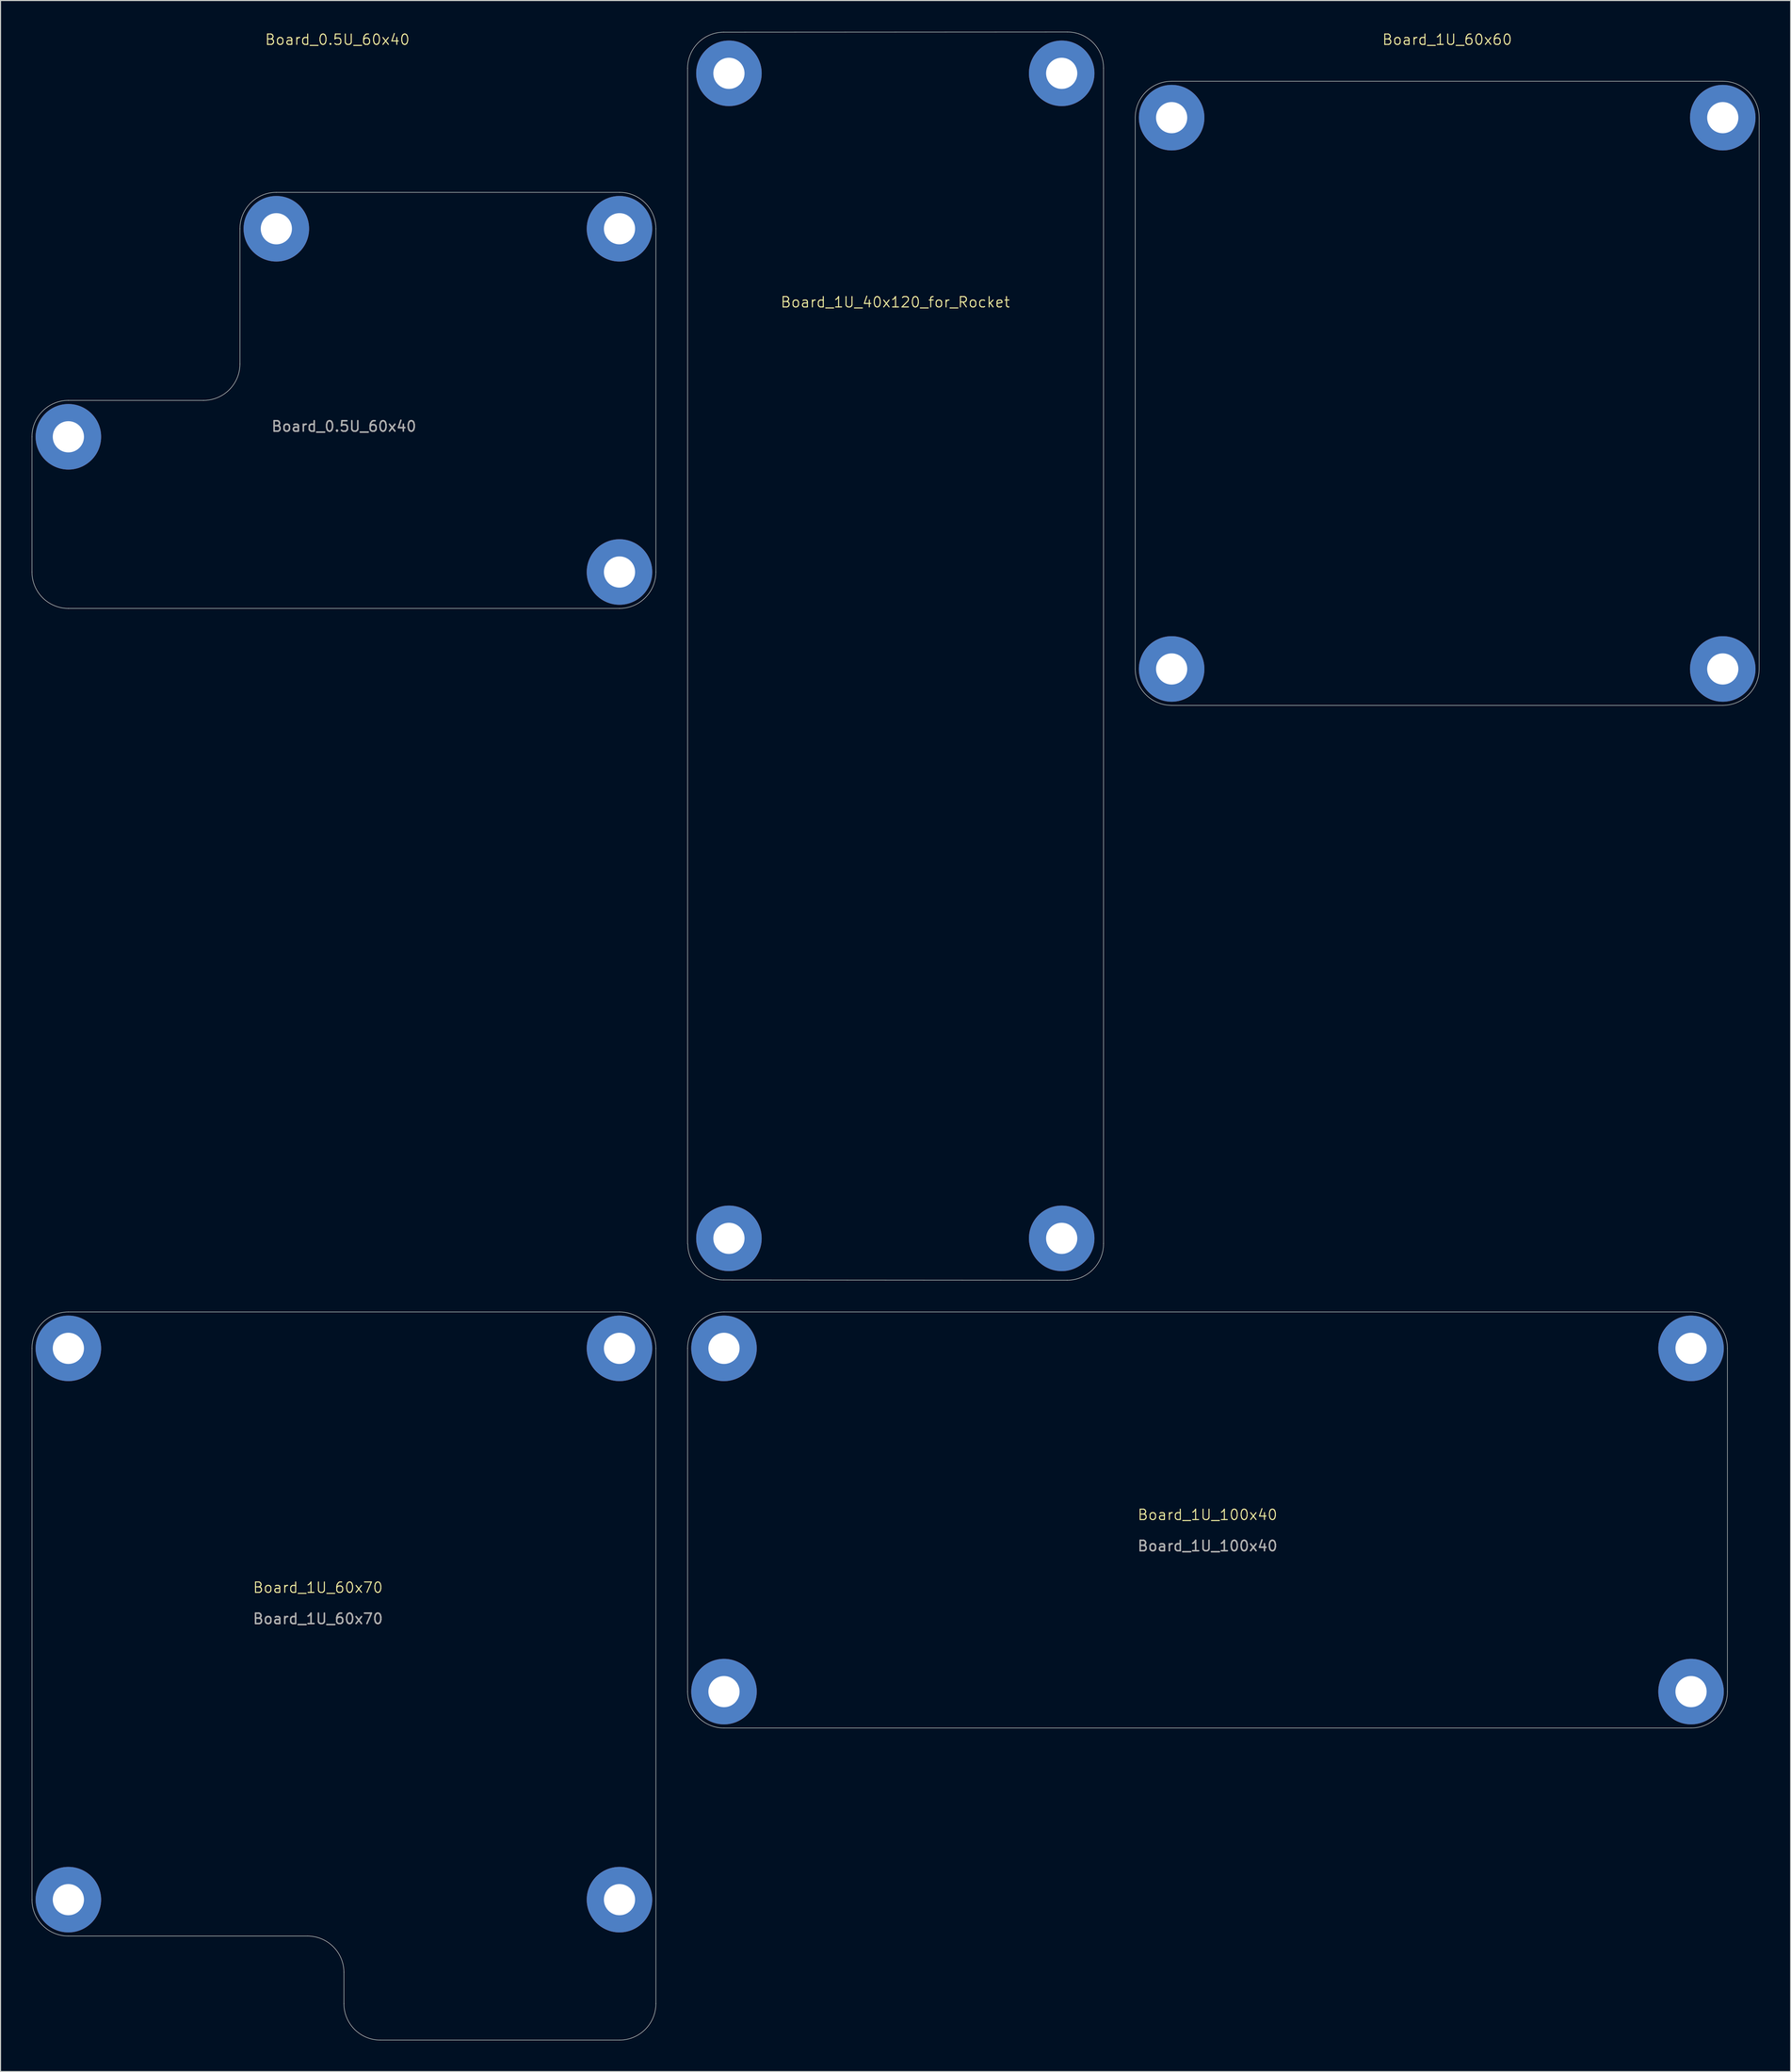
<source format=kicad_pcb>
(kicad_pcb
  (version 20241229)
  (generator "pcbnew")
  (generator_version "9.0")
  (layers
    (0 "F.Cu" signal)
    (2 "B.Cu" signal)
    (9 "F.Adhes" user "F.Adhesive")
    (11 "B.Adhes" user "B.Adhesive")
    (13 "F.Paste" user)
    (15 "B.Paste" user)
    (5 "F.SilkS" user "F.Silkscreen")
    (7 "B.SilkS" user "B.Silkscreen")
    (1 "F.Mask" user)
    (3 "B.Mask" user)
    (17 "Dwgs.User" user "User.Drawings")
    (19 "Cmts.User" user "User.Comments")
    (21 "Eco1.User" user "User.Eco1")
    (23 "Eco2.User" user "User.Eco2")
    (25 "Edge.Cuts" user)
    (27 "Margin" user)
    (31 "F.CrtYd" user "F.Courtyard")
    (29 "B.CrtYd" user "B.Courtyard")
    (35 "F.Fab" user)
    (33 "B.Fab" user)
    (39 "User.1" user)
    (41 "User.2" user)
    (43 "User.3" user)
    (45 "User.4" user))
  (footprint "Board_1U_60x60"
    (layer "F.Cu")
    (at 136.125 34.761)
    (property "Reference" "Board_1U_60x60" (at 0 -34 0) (unlocked yes) (layer "F.SilkS") (effects (font (size 1 1) (thickness 0.1))))
    (fp_rect (start -30 -30) (end -28 30) (stroke (width 0) (type solid)) (fill yes) (layer "F.Mask"))
    (fp_rect (start -30 -30) (end 30 -28) (stroke (width 0) (type solid)) (fill yes) (layer "F.Mask"))
    (fp_rect (start -30 28) (end 30 30) (stroke (width 0) (type solid)) (fill yes) (layer "F.Mask"))
    (fp_rect (start 28 -30) (end 30 30) (stroke (width 0) (type solid)) (fill yes) (layer "F.Mask"))
    (fp_poly (pts (xy -30 -20) (xy -20 -30) (xy -30 -30)) (stroke (width 0) (type solid)) (fill yes) (layer "F.Mask"))
    (fp_poly (pts (xy -20 30) (xy -30 20) (xy -30 30)) (stroke (width 0) (type solid)) (fill yes) (layer "F.Mask"))
    (fp_poly (pts (xy 20 -30) (xy 30 -20) (xy 30 -30)) (stroke (width 0) (type solid)) (fill yes) (layer "F.Mask"))
    (fp_poly (pts (xy 30 20) (xy 20 30) (xy 30 30)) (stroke (width 0) (type solid)) (fill yes) (layer "F.Mask"))
    (fp_rect (start -28 -30) (end -30 30) (stroke (width 0) (type solid)) (fill yes) (layer "B.Mask"))
    (fp_rect (start 30 -30) (end -30 -28) (stroke (width 0) (type solid)) (fill yes) (layer "B.Mask"))
    (fp_rect (start 30 -30) (end 28 30) (stroke (width 0) (type solid)) (fill yes) (layer "B.Mask"))
    (fp_rect (start 30 28) (end -30 30) (stroke (width 0) (type solid)) (fill yes) (layer "B.Mask"))
    (fp_poly (pts (xy -30 20) (xy -20 30) (xy -30 30)) (stroke (width 0) (type solid)) (fill yes) (layer "B.Mask"))
    (fp_poly (pts (xy -20 -30) (xy -30 -20) (xy -30 -30)) (stroke (width 0) (type solid)) (fill yes) (layer "B.Mask"))
    (fp_poly (pts (xy 20 30) (xy 30 20) (xy 30 30)) (stroke (width 0) (type solid)) (fill yes) (layer "B.Mask"))
    (fp_poly (pts (xy 30 -20) (xy 20 -30) (xy 30 -30)) (stroke (width 0) (type solid)) (fill yes) (layer "B.Mask"))
    (fp_line (start -30 26.5) (end -30 -26.5) (stroke (width 0.05) (type default)) (layer "Edge.Cuts"))
    (fp_line (start -26.5 -30) (end 26.5 -30) (stroke (width 0.05) (type default)) (layer "Edge.Cuts"))
    (fp_line (start 26.5 30) (end -26.5 30) (stroke (width 0.05) (type default)) (layer "Edge.Cuts"))
    (fp_line (start 30 -26.5) (end 30 26.5) (stroke (width 0.05) (type default)) (layer "Edge.Cuts"))
    (fp_arc (start -30 -26.5) (mid -28.974874 -28.974874) (end -26.5 -30) (stroke (width 0.05) (type default)) (layer "Edge.Cuts"))
    (fp_arc (start -26.5 30) (mid -28.974874 28.974874) (end -30 26.5) (stroke (width 0.05) (type default)) (layer "Edge.Cuts"))
    (fp_arc (start 26.5 -30) (mid 28.974874 -28.974874) (end 30 -26.5) (stroke (width 0.05) (type default)) (layer "Edge.Cuts"))
    (fp_arc (start 30 26.5) (mid 28.974874 28.974874) (end 26.5 30) (stroke (width 0.05) (type default)) (layer "Edge.Cuts"))
    (pad "GND" thru_hole circle (at -26.5 -26.5) (size 6.3 6.3) (drill 3) (layers "*.Cu" "*.Mask"))
    (pad "GND" thru_hole circle (at -26.5 26.5) (size 6.3 6.3) (drill 3) (layers "*.Cu" "*.Mask"))
    (pad "GND" thru_hole circle (at 26.5 -26.5) (size 6.3 6.3) (drill 3) (layers "*.Cu" "*.Mask"))
    (pad "GND" thru_hole circle (at 26.5 26.5) (size 6.3 6.3) (drill 3) (layers "*.Cu" "*.Mask")))
  (footprint "Board_1U_100x40"
    (layer "F.Cu")
    (at 113.075 143.075)
    (property "Reference" "Board_1U_100x40" (at 0 -0.5 0) (unlocked yes) (layer "F.SilkS") (effects (font (size 1 1) (thickness 0.1))))
    (attr smd)
    (fp_line (start -50 16.5) (end -50 -16.5) (stroke (width 0.05) (type default)) (layer "Edge.Cuts"))
    (fp_line (start -46.5 -20) (end 46.5 -20) (stroke (width 0.05) (type default)) (layer "Edge.Cuts"))
    (fp_line (start 46.5 20) (end -46.5 20) (stroke (width 0.05) (type default)) (layer "Edge.Cuts"))
    (fp_line (start 50 -16.5) (end 50 16.5) (stroke (width 0.05) (type default)) (layer "Edge.Cuts"))
    (fp_arc (start -50 -16.5) (mid -48.974874 -18.974874) (end -46.5 -20) (stroke (width 0.05) (type default)) (layer "Edge.Cuts"))
    (fp_arc (start -46.5 20) (mid -48.974874 18.974874) (end -50 16.5) (stroke (width 0.05) (type default)) (layer "Edge.Cuts"))
    (fp_arc (start 46.5 -20) (mid 48.974874 -18.974874) (end 50 -16.5) (stroke (width 0.05) (type default)) (layer "Edge.Cuts"))
    (fp_arc (start 50 16.5) (mid 48.974874 18.974874) (end 46.5 20) (stroke (width 0.05) (type default)) (layer "Edge.Cuts"))
    (fp_text user "${REFERENCE}" (at 0 2.5 0) (unlocked yes) (layer "F.Fab") (effects (font (size 1 1) (thickness 0.15))))
    (pad "GND" thru_hole circle (at -46.5 -16.5) (size 6.3 6.3) (drill 3) (layers "*.Cu" "*.Mask"))
    (pad "GND" thru_hole circle (at -46.5 16.5) (size 6.3 6.3) (drill 3) (layers "*.Cu" "*.Mask"))
    (pad "GND" thru_hole circle (at 46.5 -16.5) (size 6.3 6.3) (drill 3) (layers "*.Cu" "*.Mask"))
    (pad "GND" thru_hole circle (at 46.5 16.5) (size 6.3 6.3) (drill 3) (layers "*.Cu" "*.Mask")))
  (footprint "Board_1U_40x120_for_Rocket"
    (layer "F.Cu")
    (at 83.05 60)
    (property "Reference" "Board_1U_40x120_for_Rocket" (at 0 -34 0) (unlocked yes) (layer "F.SilkS") (effects (font (size 1 1) (thickness 0.1))))
    (fp_line (start -19.975 56.544) (end -19.975 -56.481) (stroke (width 0.05) (type default)) (layer "Edge.Cuts"))
    (fp_line (start -16.5 -59.956) (end 16.55 -59.975) (stroke (width 0.05) (type solid)) (layer "Edge.Cuts"))
    (fp_line (start 16.525 60.025) (end -16.527 60) (stroke (width 0.05) (type solid)) (layer "Edge.Cuts"))
    (fp_line (start 20.025 -56.5) (end 20.025 56.5) (stroke (width 0.05) (type solid)) (layer "Edge.Cuts"))
    (fp_arc (start -19.974922 -56.480891) (mid -18.957169 -58.937966) (end -16.500094 -59.955719) (stroke (width 0.05) (type default)) (layer "Edge.Cuts"))
    (fp_arc (start -16.474877 60) (mid -18.934765 58.996761) (end -19.955861 56.544233) (stroke (width 0.05) (type default)) (layer "Edge.Cuts"))
    (fp_arc (start 16.55016 -59.975055) (mid 19.007267 -58.957288) (end 20.025034 -56.500181) (stroke (width 0.05) (type default)) (layer "Edge.Cuts"))
    (fp_arc (start 20.025035 56.499819) (mid 19.008931 58.991036) (end 16.525126 60.025126) (stroke (width 0.05) (type default)) (layer "Edge.Cuts"))
    (pad "GND" thru_hole circle (at -16 -56) (size 6.3 6.3) (drill 3) (layers "*.Cu" "*.Mask"))
    (pad "GND" thru_hole circle (at -16 56) (size 6.3 6.3) (drill 3) (layers "*.Cu" "*.Mask"))
    (pad "GND" thru_hole circle (at 16 -56) (size 6.3 6.3) (drill 3) (layers "*.Cu" "*.Mask"))
    (pad "GND" thru_hole circle (at 16 56) (size 6.3 6.3) (drill 3) (layers "*.Cu" "*.Mask")))
  (footprint "Board_0.5U_60x40"
    (layer "F.Cu")
    (at 30.025 35.441)
    (property "Reference" "Board_0.5U_60x40" (at -0.63 -34.68 0) (unlocked yes) (layer "F.SilkS") (effects (font (size 1 1) (thickness 0.1))))
    (attr through_hole)
    (fp_line (start -30 16.5) (end -30 3.5) (stroke (width 0.05) (type default)) (layer "Edge.Cuts"))
    (fp_line (start -13.5 0) (end -26.5 0) (stroke (width 0.05) (type default)) (layer "Edge.Cuts"))
    (fp_line (start -10 -3.5) (end -10 -16.5) (stroke (width 0.05) (type default)) (layer "Edge.Cuts"))
    (fp_line (start -6.5 -20) (end 26.5 -20) (stroke (width 0.05) (type default)) (layer "Edge.Cuts"))
    (fp_line (start 26.5 20) (end -26.5 20) (stroke (width 0.05) (type default)) (layer "Edge.Cuts"))
    (fp_line (start 30 -16.5) (end 30 16.5) (stroke (width 0.05) (type default)) (layer "Edge.Cuts"))
    (fp_arc (start -30 3.5) (mid -28.974874 1.025125) (end -26.5 0) (stroke (width 0.05) (type default)) (layer "Edge.Cuts"))
    (fp_arc (start -26.5 20) (mid -28.974874 18.974874) (end -30 16.5) (stroke (width 0.05) (type default)) (layer "Edge.Cuts"))
    (fp_arc (start -10 -16.5) (mid -8.974874 -18.974874) (end -6.5 -20) (stroke (width 0.05) (type default)) (layer "Edge.Cuts"))
    (fp_arc (start -10 -3.5) (mid -11.025126 -1.025126) (end -13.5 0) (stroke (width 0.05) (type default)) (layer "Edge.Cuts"))
    (fp_arc (start 26.5 -20) (mid 28.974874 -18.974874) (end 30 -16.5) (stroke (width 0.05) (type default)) (layer "Edge.Cuts"))
    (fp_arc (start 30 16.5) (mid 28.974874 18.974874) (end 26.5 20) (stroke (width 0.05) (type default)) (layer "Edge.Cuts"))
    (fp_text user "${REFERENCE}" (at 0 2.5 0) (unlocked yes) (layer "F.Fab") (effects (font (size 1 1) (thickness 0.15))))
    (pad "GND" thru_hole circle (at -26.5 3.5) (size 6.3 6.3) (drill 3) (layers "*.Cu" "*.Mask"))
    (pad "GND" thru_hole circle (at -6.5 -16.5) (size 6.3 6.3) (drill 3) (layers "*.Cu" "*.Mask"))
    (pad "GND" thru_hole circle (at 26.5 -16.5) (size 6.3 6.3) (drill 3) (layers "*.Cu" "*.Mask"))
    (pad "GND" thru_hole circle (at 26.5 16.5) (size 6.3 6.3) (drill 3) (layers "*.Cu" "*.Mask")))
  (footprint "Board_1U_60x70"
    (layer "F.Cu")
    (at 27.525 150.075)
    (property "Reference" "Board_1U_60x70" (at 0 -0.5 0) (unlocked yes) (layer "F.SilkS") (effects (font (size 1 1) (thickness 0.1))))
    (attr smd)
    (fp_line (start -27.5 29.5) (end -27.5 -23.5) (stroke (width 0.05) (type default)) (layer "Edge.Cuts"))
    (fp_line (start -24 -27) (end 29 -27) (stroke (width 0.05) (type default)) (layer "Edge.Cuts"))
    (fp_line (start -1 33) (end -24 33) (stroke (width 0.05) (type default)) (layer "Edge.Cuts"))
    (fp_line (start 2.5 36.475) (end 2.5 39.5) (stroke (width 0.05) (type default)) (layer "Edge.Cuts"))
    (fp_line (start 29 43) (end 6 43) (stroke (width 0.05) (type default)) (layer "Edge.Cuts"))
    (fp_line (start 32.5 -23.5) (end 32.5 39.5) (stroke (width 0.05) (type default)) (layer "Edge.Cuts"))
    (fp_arc (start -27.5 -23.5) (mid -26.474874 -25.974874) (end -24 -27) (stroke (width 0.05) (type default)) (layer "Edge.Cuts"))
    (fp_arc (start -24 33) (mid -26.474874 31.974874) (end -27.5 29.5) (stroke (width 0.05) (type default)) (layer "Edge.Cuts"))
    (fp_arc (start -1 33) (mid 1.466038 34.016322) (end 2.499911 36.475054) (stroke (width 0.05) (type default)) (layer "Edge.Cuts"))
    (fp_arc (start 6 43) (mid 3.525126 41.974874) (end 2.5 39.5) (stroke (width 0.05) (type default)) (layer "Edge.Cuts"))
    (fp_arc (start 29 -27) (mid 31.474874 -25.974874) (end 32.5 -23.5) (stroke (width 0.05) (type default)) (layer "Edge.Cuts"))
    (fp_arc (start 32.5 39.5) (mid 31.474874 41.974874) (end 29 43) (stroke (width 0.05) (type default)) (layer "Edge.Cuts"))
    (fp_text user "${REFERENCE}" (at 0 2.5 0) (unlocked yes) (layer "F.Fab") (effects (font (size 1 1) (thickness 0.15))))
    (pad "GND" thru_hole circle (at -24 -23.5) (size 6.3 6.3) (drill 3) (layers "*.Cu" "*.Mask"))
    (pad "GND" thru_hole circle (at -24 29.5) (size 6.3 6.3) (drill 3) (layers "*.Cu" "*.Mask"))
    (pad "GND" thru_hole circle (at 29 -23.5) (size 6.3 6.3) (drill 3) (layers "*.Cu" "*.Mask"))
    (pad "GND" thru_hole circle (at 29 29.5) (size 6.3 6.3) (drill 3) (layers "*.Cu" "*.Mask")))
  (gr_rect
    (start -3 -3)
    (end 169.15 196.1)
    (stroke (width 0.1) (type default))
    (fill no)
    (layer "Edge.Cuts")))
</source>
